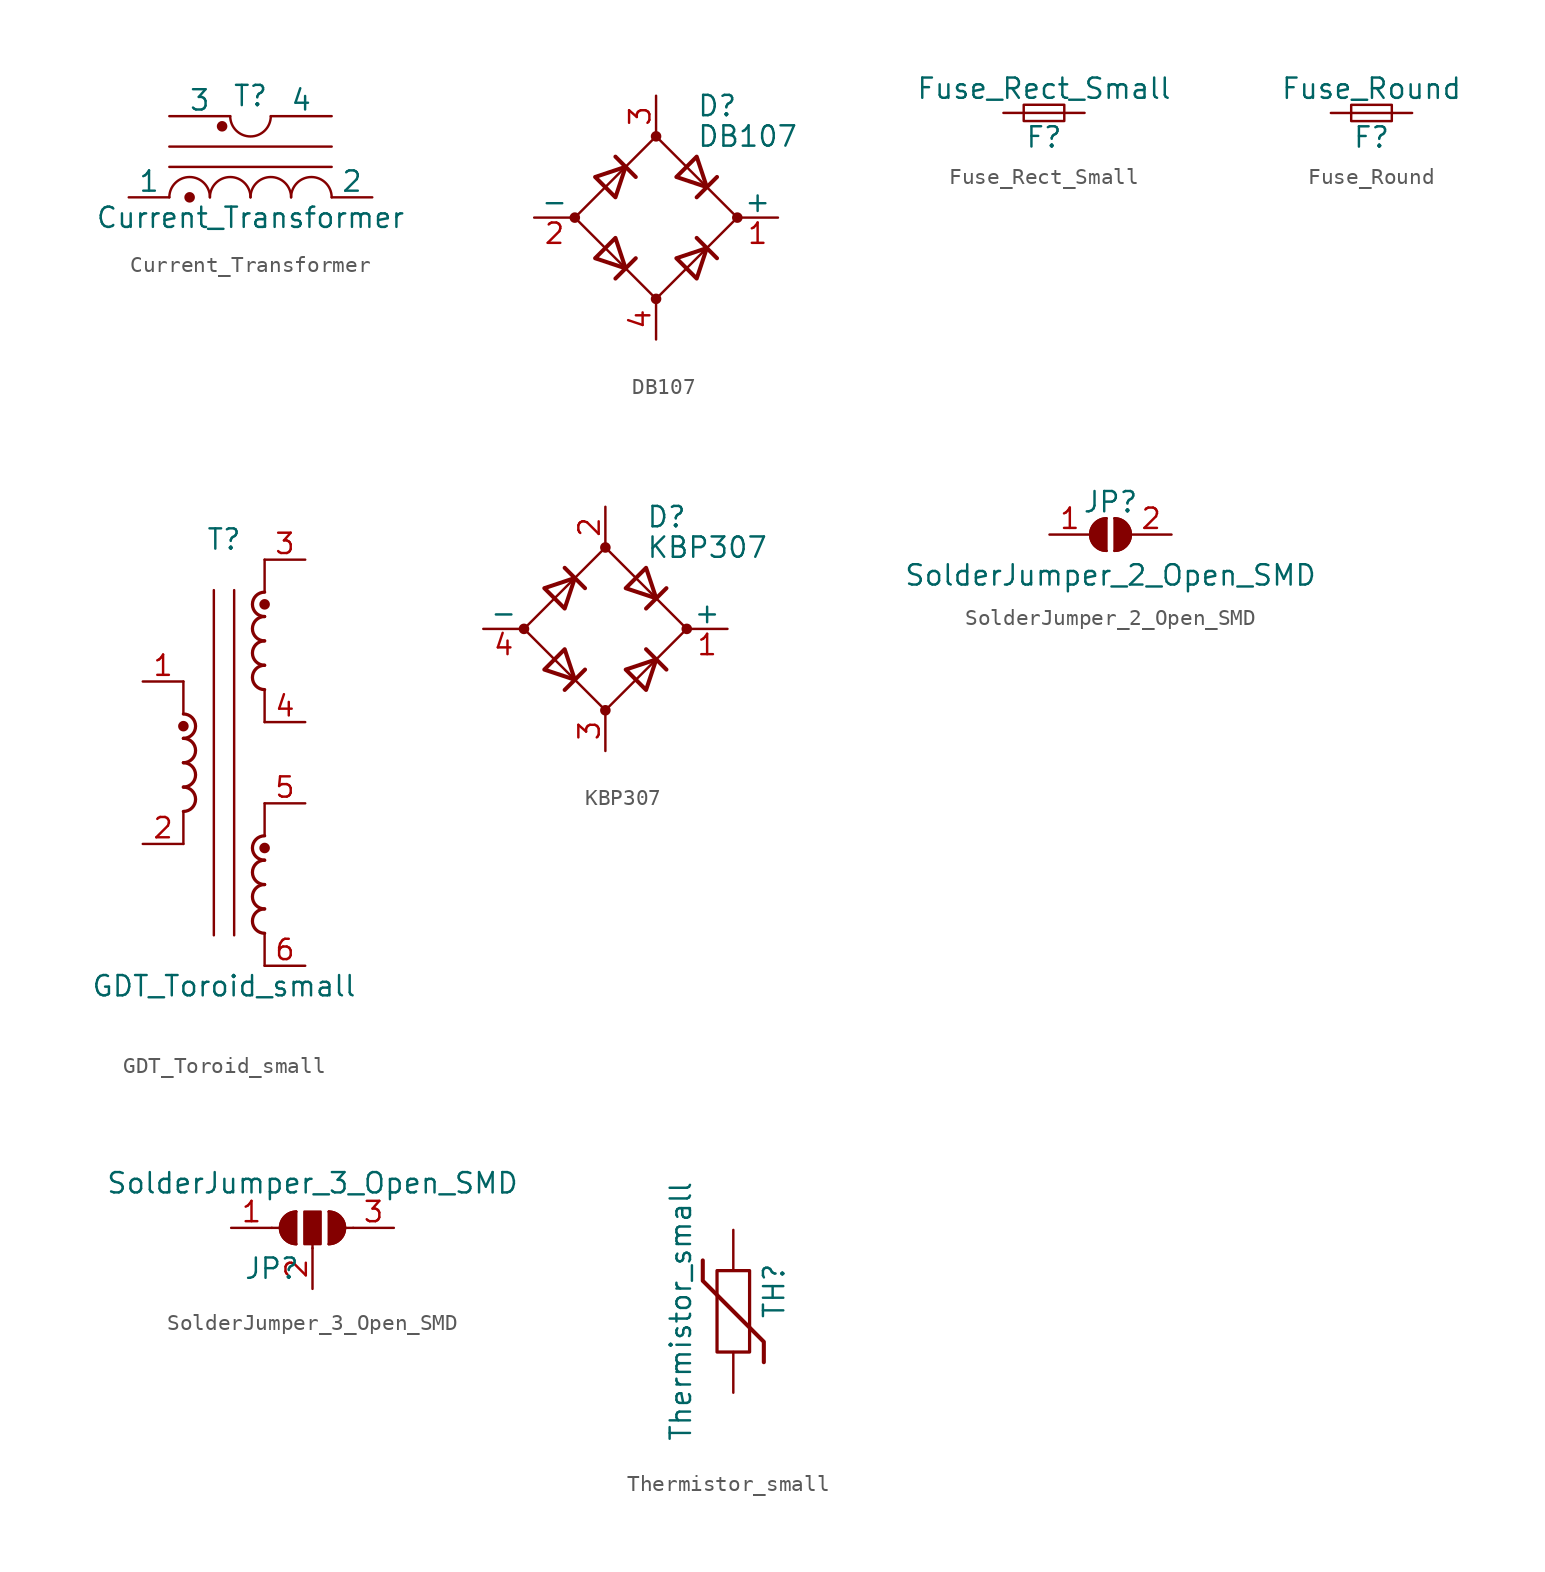
<source format=kicad_sym>
(kicad_symbol_lib
  (version 20220914)
  (generator kicad_symbol_editor)
  (symbol "Current_Transformer"
    (pin_numbers hide)
    (pin_names
      (offset 0))
    (property "Reference" "T"
      (at 0 6.35 0)
      (effects (font (size 1.27 1.27))))
    (property "Value" "Current_Transformer"
      (at 0 -1.27 0)
      (effects (font (size 1.27 1.27))))
    (symbol "Current_Transformer_0_1"
      (circle (center -3.81 0) (radius 0.254) (stroke (width 0) (type default)) (fill (type outline)))
      (arc (start -2.54 0) (mid -3.81 1.2645) (end -5.08 0) (stroke (width 0) (type default)) (fill (type none)))
      (circle (center -1.778 4.445) (radius 0.254) (stroke (width 0) (type default)) (fill (type outline)))
      (arc (start -1.27 5.08) (mid 0 3.8155) (end 1.27 5.08) (stroke (width 0) (type default)) (fill (type none)))
      (arc (start 0 0) (mid -1.27 1.2645) (end -2.54 0) (stroke (width 0) (type default)) (fill (type none)))
      (polyline (pts (xy -5.08 1.905) (xy 5.08 1.905)) (stroke (width 0) (type default)) (fill (type none)))
      (polyline (pts (xy -5.08 3.175) (xy 5.08 3.175)) (stroke (width 0) (type default)) (fill (type none)))
      (arc (start 2.54 0) (mid 1.27 1.2645) (end 0 0) (stroke (width 0) (type default)) (fill (type none)))
      (arc (start 5.08 0) (mid 3.81 1.2645) (end 2.54 0) (stroke (width 0) (type default)) (fill (type none)))
      (pin passive line (at -7.62 0 0) (length 2.54) (name "1" (effects (font (size 1.27 1.27)))) (number "1" (effects (font (size 1.27 1.27)))))
      (pin passive line (at 7.62 0 180) (length 2.54) (name "2" (effects (font (size 1.27 1.27)))) (number "2" (effects (font (size 1.27 1.27)))))
      (pin passive line (at -5.08 5.08 0) (length 3.81) (name "3" (effects (font (size 1.27 1.27)))) (number "3" (effects (font (size 1.27 1.27)))))
      (pin passive line (at 5.08 5.08 180) (length 3.81) (name "4" (effects (font (size 1.27 1.27)))) (number "4" (effects (font (size 1.27 1.27)))))))
  (symbol "DB107"
    (pin_names
      (offset 0))
    (property "Reference" "D"
      (at 2.54 6.985 0)
      (effects (font (size 1.27 1.27)) (justify left)))
    (property "Value" "DB107"
      (at 2.54 5.08 0)
      (effects (font (size 1.27 1.27)) (justify left)))
    (symbol "DB107_0_1"
      (circle (center -5.08 0) (radius 0.254) (stroke (width 0) (type default)) (fill (type outline)))
      (circle (center 0 -5.08) (radius 0.254) (stroke (width 0) (type default)) (fill (type outline)))
      (polyline (pts (xy -2.54 3.81) (xy -1.27 2.54)) (stroke (width 0.254) (type default)) (fill (type none)))
      (polyline (pts (xy -1.27 -2.54) (xy -2.54 -3.81)) (stroke (width 0.254) (type default)) (fill (type none)))
      (polyline (pts (xy 2.54 -1.27) (xy 3.81 -2.54)) (stroke (width 0.254) (type default)) (fill (type none)))
      (polyline (pts (xy 2.54 1.27) (xy 3.81 2.54)) (stroke (width 0.254) (type default)) (fill (type none)))
      (polyline (pts (xy -3.81 2.54) (xy -2.54 1.27) (xy -1.905 3.175) (xy -3.81 2.54)) (stroke (width 0.254) (type default)) (fill (type none)))
      (polyline (pts (xy -2.54 -1.27) (xy -3.81 -2.54) (xy -1.905 -3.175) (xy -2.54 -1.27)) (stroke (width 0.254) (type default)) (fill (type none)))
      (polyline (pts (xy 1.27 2.54) (xy 2.54 3.81) (xy 3.175 1.905) (xy 1.27 2.54)) (stroke (width 0.254) (type default)) (fill (type none)))
      (polyline (pts (xy 3.175 -1.905) (xy 1.27 -2.54) (xy 2.54 -3.81) (xy 3.175 -1.905)) (stroke (width 0.254) (type default)) (fill (type none)))
      (polyline (pts (xy -5.08 0) (xy 0 -5.08) (xy 5.08 0) (xy 0 5.08) (xy -5.08 0)) (stroke (width 0) (type default)) (fill (type none)))
      (circle (center 0 5.08) (radius 0.254) (stroke (width 0) (type default)) (fill (type outline)))
      (circle (center 5.08 0) (radius 0.254) (stroke (width 0) (type default)) (fill (type outline))))
    (symbol "DB107_1_1"
      (pin passive line (at 7.62 0 180) (length 2.54) (name "+" (effects (font (size 1.27 1.27)))) (number "1" (effects (font (size 1.27 1.27)))))
      (pin passive line (at -7.62 0 0) (length 2.54) (name "-" (effects (font (size 1.27 1.27)))) (number "2" (effects (font (size 1.27 1.27)))))
      (pin passive line (at 0 7.62 270) (length 2.54) (name "~" (effects (font (size 1.27 1.27)))) (number "3" (effects (font (size 1.27 1.27)))))
      (pin passive line (at 0 -7.62 90) (length 2.54) (name "~" (effects (font (size 1.27 1.27)))) (number "4" (effects (font (size 1.27 1.27)))))))
  (symbol "Fuse_Rect_Small"
    (pin_numbers hide)
    (pin_names
      (offset 0.254) hide)
    (property "Reference" "F"
      (at 0 -1.524 0)
      (effects (font (size 1.27 1.27))))
    (property "Value" "Fuse_Rect_Small"
      (at 0 1.524 0)
      (effects (font (size 1.27 1.27))))
    (symbol "Fuse_Rect_Small_0_1"
      (rectangle (start -1.27 0.508) (end 1.27 -0.508) (stroke (width 0) (type default)) (fill (type none)))
      (polyline (pts (xy -1.27 0) (xy 1.27 0)) (stroke (width 0) (type default)) (fill (type none))))
    (symbol "Fuse_Rect_Small_1_1"
      (pin passive line (at -2.54 0 0) (length 1.27) (name "~" (effects (font (size 1.27 1.27)))) (number "1" (effects (font (size 1.27 1.27)))))
      (pin passive line (at 2.54 0 180) (length 1.27) (name "~" (effects (font (size 1.27 1.27)))) (number "2" (effects (font (size 1.27 1.27)))))))
  (symbol "Fuse_Round"
    (pin_numbers hide)
    (pin_names
      (offset 0.254) hide)
    (property "Reference" "F"
      (at 0 -1.524 0)
      (effects (font (size 1.27 1.27))))
    (property "Value" "Fuse_Round"
      (at 0 1.524 0)
      (effects (font (size 1.27 1.27))))
    (symbol "Fuse_Round_0_1"
      (rectangle (start -1.27 0.508) (end 1.27 -0.508) (stroke (width 0) (type default)) (fill (type none)))
      (polyline (pts (xy -1.27 0) (xy 1.27 0)) (stroke (width 0) (type default)) (fill (type none))))
    (symbol "Fuse_Round_1_1"
      (pin passive line (at -2.54 0 0) (length 1.27) (name "~" (effects (font (size 1.27 1.27)))) (number "1" (effects (font (size 1.27 1.27)))))
      (pin passive line (at 2.54 0 180) (length 1.27) (name "~" (effects (font (size 1.27 1.27)))) (number "2" (effects (font (size 1.27 1.27)))))))
  (symbol "GDT_Toroid_small"
    (pin_names hide)
    (property "Reference" "T"
      (at 0 13.97 0)
      (effects (font (size 1.27 1.27))))
    (property "Value" "GDT_Toroid_small"
      (at 0 -13.97 0)
      (effects (font (size 1.27 1.27))))
    (symbol "GDT_Toroid_small_0_1"
      (arc (start -2.54 -3.048) (mid -1.7813 -2.286) (end -2.54 -1.524) (stroke (width 0.2032) (type default)) (fill (type none)))
      (arc (start -2.54 -1.524) (mid -1.7813 -0.762) (end -2.54 0) (stroke (width 0.2032) (type default)) (fill (type none)))
      (arc (start -2.54 0) (mid -1.7813 0.762) (end -2.54 1.524) (stroke (width 0.2032) (type default)) (fill (type none)))
      (circle (center -2.54 2.286) (radius 0.254) (stroke (width 0) (type default)) (fill (type outline)))
      (polyline (pts (xy -2.54 -3.048) (xy -2.54 -5.08)) (stroke (width 0) (type default)) (fill (type none)))
      (polyline (pts (xy -2.54 5.08) (xy -2.54 3.048)) (stroke (width 0) (type default)) (fill (type none)))
      (polyline (pts (xy -0.635 10.795) (xy -0.635 -10.795)) (stroke (width 0) (type default)) (fill (type none)))
      (polyline (pts (xy 0.635 10.795) (xy 0.635 -10.795)) (stroke (width 0) (type default)) (fill (type none)))
      (polyline (pts (xy 2.54 -10.668) (xy 2.54 -12.7)) (stroke (width 0) (type default)) (fill (type none)))
      (polyline (pts (xy 2.54 -2.54) (xy 2.54 -4.572)) (stroke (width 0) (type default)) (fill (type none)))
      (polyline (pts (xy 2.54 4.572) (xy 2.54 2.54)) (stroke (width 0) (type default)) (fill (type none)))
      (polyline (pts (xy 2.54 12.7) (xy 2.54 10.668)) (stroke (width 0) (type default)) (fill (type none)))
      (arc (start 2.54 -9.144) (mid 1.7813 -9.906) (end 2.54 -10.668) (stroke (width 0.2032) (type default)) (fill (type none)))
      (arc (start 2.54 -7.62) (mid 1.7813 -8.382) (end 2.54 -9.144) (stroke (width 0.2032) (type default)) (fill (type none)))
      (arc (start 2.54 -6.096) (mid 1.7813 -6.858) (end 2.54 -7.62) (stroke (width 0.2032) (type default)) (fill (type none)))
      (circle (center 2.54 -5.334) (radius 0.254) (stroke (width 0) (type default)) (fill (type outline)))
      (arc (start 2.54 -4.572) (mid 1.7813 -5.334) (end 2.54 -6.096) (stroke (width 0.2032) (type default)) (fill (type none)))
      (arc (start 2.54 6.096) (mid 1.7813 5.334) (end 2.54 4.572) (stroke (width 0.2032) (type default)) (fill (type none)))
      (arc (start 2.54 7.62) (mid 1.7813 6.858) (end 2.54 6.096) (stroke (width 0.2032) (type default)) (fill (type none)))
      (arc (start 2.54 9.144) (mid 1.7813 8.382) (end 2.54 7.62) (stroke (width 0.2032) (type default)) (fill (type none)))
      (circle (center 2.54 9.906) (radius 0.254) (stroke (width 0) (type default)) (fill (type outline)))
      (arc (start 2.54 10.668) (mid 1.7813 9.906) (end 2.54 9.144) (stroke (width 0.2032) (type default)) (fill (type none))))
    (symbol "GDT_Toroid_small_1_1"
      (arc (start -2.54 1.524) (mid -1.7813 2.286) (end -2.54 3.048) (stroke (width 0.2032) (type default)) (fill (type none)))
      (pin passive line (at -5.08 5.08 0) (length 2.54) (name "~" (effects (font (size 1.27 1.27)))) (number "1" (effects (font (size 1.27 1.27)))))
      (pin passive line (at -5.08 -5.08 0) (length 2.54) (name "~" (effects (font (size 1.27 1.27)))) (number "2" (effects (font (size 1.27 1.27)))))
      (pin passive line (at 5.08 12.7 180) (length 2.54) (name "~" (effects (font (size 1.27 1.27)))) (number "3" (effects (font (size 1.27 1.27)))))
      (pin passive line (at 5.08 2.54 180) (length 2.54) (name "~" (effects (font (size 1.27 1.27)))) (number "4" (effects (font (size 1.27 1.27)))))
      (pin passive line (at 5.08 -2.54 180) (length 2.54) (name "~" (effects (font (size 1.27 1.27)))) (number "5" (effects (font (size 1.27 1.27)))))
      (pin passive line (at 5.08 -12.7 180) (length 2.54) (name "~" (effects (font (size 1.27 1.27)))) (number "6" (effects (font (size 1.27 1.27)))))))
  (symbol "KBP307"
    (pin_names
      (offset 0))
    (property "Reference" "D"
      (at 2.54 6.985 0)
      (effects (font (size 1.27 1.27)) (justify left)))
    (property "Value" "KBP307"
      (at 2.54 5.08 0)
      (effects (font (size 1.27 1.27)) (justify left)))
    (symbol "KBP307_0_1"
      (circle (center -5.08 0) (radius 0.254) (stroke (width 0) (type default)) (fill (type outline)))
      (circle (center 0 -5.08) (radius 0.254) (stroke (width 0) (type default)) (fill (type outline)))
      (polyline (pts (xy -2.54 3.81) (xy -1.27 2.54)) (stroke (width 0.254) (type default)) (fill (type none)))
      (polyline (pts (xy -1.27 -2.54) (xy -2.54 -3.81)) (stroke (width 0.254) (type default)) (fill (type none)))
      (polyline (pts (xy 2.54 -1.27) (xy 3.81 -2.54)) (stroke (width 0.254) (type default)) (fill (type none)))
      (polyline (pts (xy 2.54 1.27) (xy 3.81 2.54)) (stroke (width 0.254) (type default)) (fill (type none)))
      (polyline (pts (xy -3.81 2.54) (xy -2.54 1.27) (xy -1.905 3.175) (xy -3.81 2.54)) (stroke (width 0.254) (type default)) (fill (type none)))
      (polyline (pts (xy -2.54 -1.27) (xy -3.81 -2.54) (xy -1.905 -3.175) (xy -2.54 -1.27)) (stroke (width 0.254) (type default)) (fill (type none)))
      (polyline (pts (xy 1.27 2.54) (xy 2.54 3.81) (xy 3.175 1.905) (xy 1.27 2.54)) (stroke (width 0.254) (type default)) (fill (type none)))
      (polyline (pts (xy 3.175 -1.905) (xy 1.27 -2.54) (xy 2.54 -3.81) (xy 3.175 -1.905)) (stroke (width 0.254) (type default)) (fill (type none)))
      (polyline (pts (xy -5.08 0) (xy 0 -5.08) (xy 5.08 0) (xy 0 5.08) (xy -5.08 0)) (stroke (width 0) (type default)) (fill (type none)))
      (circle (center 0 5.08) (radius 0.254) (stroke (width 0) (type default)) (fill (type outline)))
      (circle (center 5.08 0) (radius 0.254) (stroke (width 0) (type default)) (fill (type outline))))
    (symbol "KBP307_1_1"
      (pin passive line (at 7.62 0 180) (length 2.54) (name "+" (effects (font (size 1.27 1.27)))) (number "1" (effects (font (size 1.27 1.27)))))
      (pin passive line (at 0 7.62 270) (length 2.54) (name "~" (effects (font (size 1.27 1.27)))) (number "2" (effects (font (size 1.27 1.27)))))
      (pin passive line (at 0 -7.62 90) (length 2.54) (name "~" (effects (font (size 1.27 1.27)))) (number "3" (effects (font (size 1.27 1.27)))))
      (pin passive line (at -7.62 0 0) (length 2.54) (name "-" (effects (font (size 1.27 1.27)))) (number "4" (effects (font (size 1.27 1.27)))))))
  (symbol "SolderJumper_2_Open_SMD"
    (pin_names
      (offset 0) hide)
    (property "Reference" "JP"
      (at 0 2.032 0)
      (effects (font (size 1.27 1.27))))
    (property "Value" "SolderJumper_2_Open_SMD"
      (at 0 -2.54 0)
      (effects (font (size 1.27 1.27))))
    (symbol "SolderJumper_2_Open_SMD_0_1"
      (arc (start -0.254 1.016) (mid -1.2656 0) (end -0.254 -1.016) (stroke (width 0) (type default)) (fill (type none)))
      (arc (start -0.254 1.016) (mid -1.2656 0) (end -0.254 -1.016) (stroke (width 0) (type default)) (fill (type outline)))
      (polyline (pts (xy -0.254 1.016) (xy -0.254 -1.016)) (stroke (width 0) (type default)) (fill (type none)))
      (polyline (pts (xy 0.254 1.016) (xy 0.254 -1.016)) (stroke (width 0) (type default)) (fill (type none)))
      (arc (start 0.254 -1.016) (mid 1.2656 0) (end 0.254 1.016) (stroke (width 0) (type default)) (fill (type none)))
      (arc (start 0.254 -1.016) (mid 1.2656 0) (end 0.254 1.016) (stroke (width 0) (type default)) (fill (type outline))))
    (symbol "SolderJumper_2_Open_SMD_1_1"
      (pin passive line (at -3.81 0 0) (length 2.54) (name "A" (effects (font (size 1.27 1.27)))) (number "1" (effects (font (size 1.27 1.27)))))
      (pin passive line (at 3.81 0 180) (length 2.54) (name "B" (effects (font (size 1.27 1.27)))) (number "2" (effects (font (size 1.27 1.27)))))))
  (symbol "SolderJumper_3_Open_SMD"
    (pin_names
      (offset 0) hide)
    (property "Reference" "JP"
      (at -2.54 -2.54 0)
      (effects (font (size 1.27 1.27))))
    (property "Value" "SolderJumper_3_Open_SMD"
      (at 0 2.794 0)
      (effects (font (size 1.27 1.27))))
    (symbol "SolderJumper_3_Open_SMD_0_1"
      (arc (start -1.016 1.016) (mid -2.0276 0) (end -1.016 -1.016) (stroke (width 0) (type default)) (fill (type none)))
      (arc (start -1.016 1.016) (mid -2.0276 0) (end -1.016 -1.016) (stroke (width 0) (type default)) (fill (type outline)))
      (rectangle (start -0.508 1.016) (end 0.508 -1.016) (stroke (width 0) (type default)) (fill (type outline)))
      (polyline (pts (xy -2.54 0) (xy -2.032 0)) (stroke (width 0) (type default)) (fill (type none)))
      (polyline (pts (xy -1.016 1.016) (xy -1.016 -1.016)) (stroke (width 0) (type default)) (fill (type none)))
      (polyline (pts (xy 0 -1.27) (xy 0 -1.016)) (stroke (width 0) (type default)) (fill (type none)))
      (polyline (pts (xy 1.016 1.016) (xy 1.016 -1.016)) (stroke (width 0) (type default)) (fill (type none)))
      (polyline (pts (xy 2.54 0) (xy 2.032 0)) (stroke (width 0) (type default)) (fill (type none)))
      (arc (start 1.016 -1.016) (mid 2.0276 0) (end 1.016 1.016) (stroke (width 0) (type default)) (fill (type none)))
      (arc (start 1.016 -1.016) (mid 2.0276 0) (end 1.016 1.016) (stroke (width 0) (type default)) (fill (type outline))))
    (symbol "SolderJumper_3_Open_SMD_1_1"
      (pin passive line (at -5.08 0 0) (length 2.54) (name "A" (effects (font (size 1.27 1.27)))) (number "1" (effects (font (size 1.27 1.27)))))
      (pin passive line (at 0 -3.81 90) (length 2.54) (name "C" (effects (font (size 1.27 1.27)))) (number "2" (effects (font (size 1.27 1.27)))))
      (pin passive line (at 5.08 0 180) (length 2.54) (name "B" (effects (font (size 1.27 1.27)))) (number "3" (effects (font (size 1.27 1.27)))))))
  (symbol "Thermistor_small"
    (pin_numbers hide)
    (pin_names
      (offset 0))
    (property "Reference" "TH"
      (at 2.54 1.27 90)
      (effects (font (size 1.27 1.27))))
    (property "Value" "Thermistor_small"
      (at -2.54 0 90)
      (effects (font (size 1.27 1.27)) (justify bottom)))
    (symbol "Thermistor_small_0_1"
      (rectangle (start -1.016 2.54) (end 1.016 -2.54) (stroke (width 0.203) (type default)) (fill (type none)))
      (polyline (pts (xy -1.905 3.175) (xy -1.905 1.905) (xy 1.905 -1.905) (xy 1.905 -3.175) (xy 1.905 -3.175)) (stroke (width 0.254) (type default)) (fill (type none))))
    (symbol "Thermistor_small_1_1"
      (pin passive line (at 0 5.08 270) (length 2.54) (name "~" (effects (font (size 1.27 1.27)))) (number "1" (effects (font (size 1.27 1.27)))))
      (pin passive line (at 0 -5.08 90) (length 2.54) (name "~" (effects (font (size 1.27 1.27)))) (number "2" (effects (font (size 1.27 1.27))))))))
</source>
